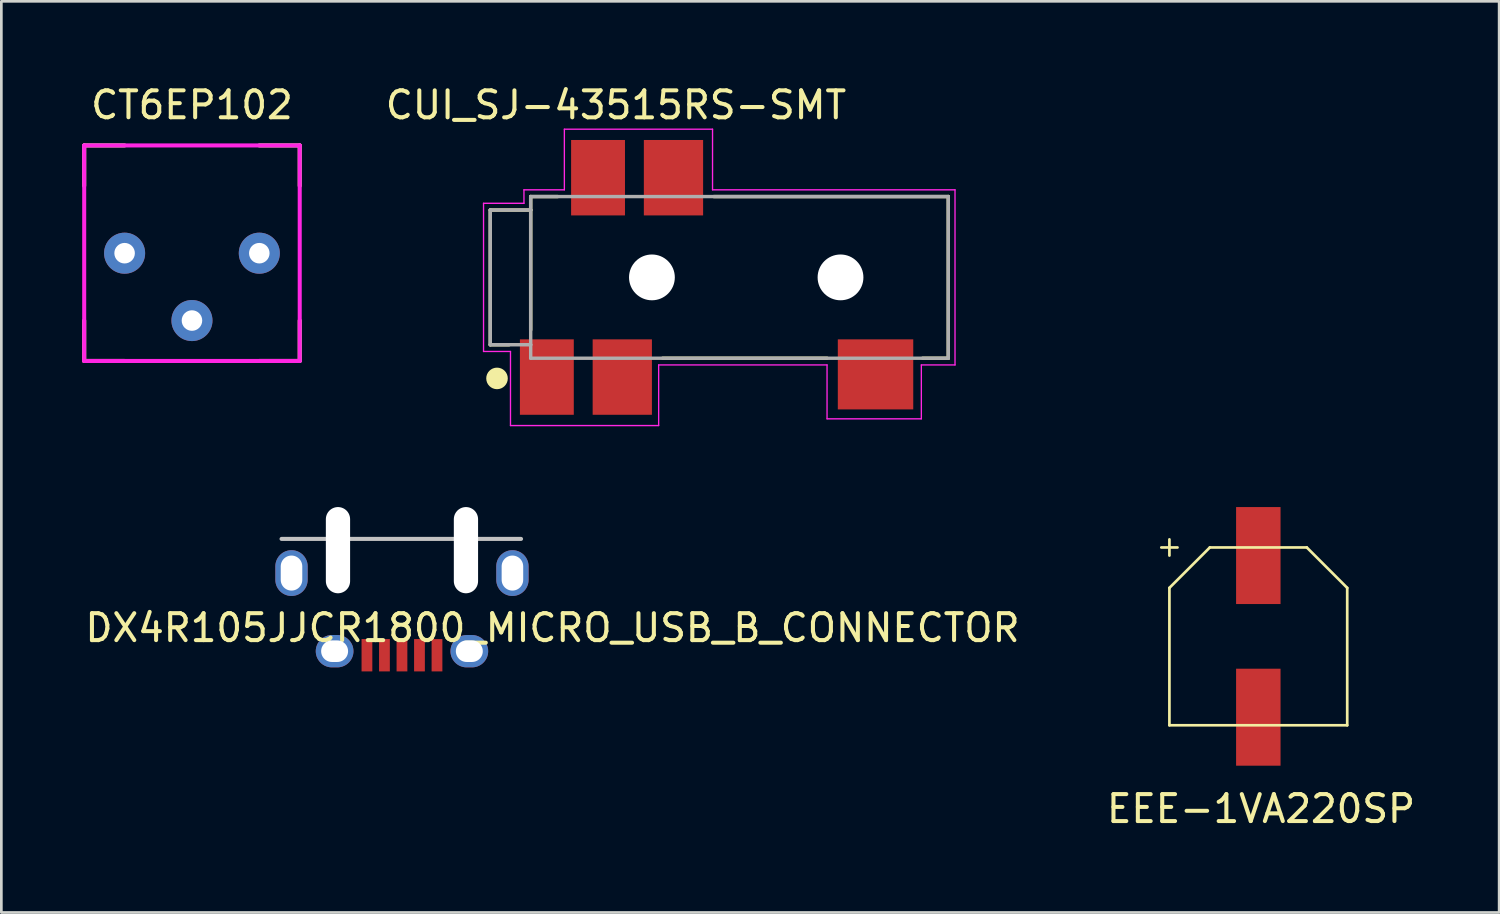
<source format=kicad_pcb>
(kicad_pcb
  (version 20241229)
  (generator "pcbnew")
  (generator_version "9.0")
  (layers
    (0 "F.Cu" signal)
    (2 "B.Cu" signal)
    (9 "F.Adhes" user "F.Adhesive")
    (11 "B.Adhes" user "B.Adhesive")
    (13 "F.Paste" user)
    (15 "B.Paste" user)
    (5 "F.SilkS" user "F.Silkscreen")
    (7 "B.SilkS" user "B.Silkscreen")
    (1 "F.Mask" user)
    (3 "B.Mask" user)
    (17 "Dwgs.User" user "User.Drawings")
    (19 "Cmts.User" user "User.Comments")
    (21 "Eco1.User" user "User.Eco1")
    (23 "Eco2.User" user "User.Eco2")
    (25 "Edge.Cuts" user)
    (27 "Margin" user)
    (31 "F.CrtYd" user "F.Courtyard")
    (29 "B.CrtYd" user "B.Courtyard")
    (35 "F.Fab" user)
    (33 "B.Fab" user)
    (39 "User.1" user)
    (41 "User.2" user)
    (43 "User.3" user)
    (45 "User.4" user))
  (footprint "CT6EP102"
    (layer "F.Cu")
    (at 4.075 6.348)
    (property "Reference" "CT6EP102" (at 0 -5.5 0) (layer "F.SilkS") (effects (font (size 1 1) (thickness 0.15))))
    (attr through_hole)
    (fp_line (start -4 -4) (end -2.5 -4) (stroke (width 0.15) (type solid)) (layer "F.SilkS"))
    (fp_line (start -4 -2.5) (end -4 -4) (stroke (width 0.15) (type solid)) (layer "F.SilkS"))
    (fp_line (start -4 4) (end -4 2.5) (stroke (width 0.15) (type solid)) (layer "F.SilkS"))
    (fp_line (start -2.5 4) (end -4 4) (stroke (width 0.15) (type solid)) (layer "F.SilkS"))
    (fp_line (start 2.5 -4) (end 4 -4) (stroke (width 0.15) (type solid)) (layer "F.SilkS"))
    (fp_line (start 4 -4) (end 4 -2.5) (stroke (width 0.15) (type solid)) (layer "F.SilkS"))
    (fp_line (start 4 2.5) (end 4 4) (stroke (width 0.15) (type solid)) (layer "F.SilkS"))
    (fp_line (start 4 4) (end 2.5 4) (stroke (width 0.15) (type solid)) (layer "F.SilkS"))
    (fp_line (start -4 -4) (end 4 -4) (stroke (width 0.15) (type solid)) (layer "F.CrtYd"))
    (fp_line (start -4 4) (end -4 -4) (stroke (width 0.15) (type solid)) (layer "F.CrtYd"))
    (fp_line (start 4 -4) (end 4 4) (stroke (width 0.15) (type solid)) (layer "F.CrtYd"))
    (fp_line (start 4 4) (end -4 4) (stroke (width 0.15) (type solid)) (layer "F.CrtYd"))
    (pad "1" thru_hole circle (at -2.5 0) (size 1.524 1.524) (drill 0.762) (layers "*.Cu" "*.Mask"))
    (pad "2" thru_hole circle (at 0 2.5) (size 1.524 1.524) (drill 0.762) (layers "*.Cu" "*.Mask"))
    (pad "3" thru_hole circle (at 2.5 0) (size 1.524 1.524) (drill 0.762) (layers "*.Cu" "*.Mask")))
  (footprint "DX4R105JJCR1800‎_MICRO_USB_B_CONNECTOR"
    (layer "F.Cu")
    (at 11.87 21.271)
    (property "Reference" "DX4R105JJCR1800‎_MICRO_USB_B_CONNECTOR" (at 5.588 -1.016 0) (layer "F.SilkS") (effects (font (size 1 1) (thickness 0.15))))
    (attr through_hole)
    (fp_line (start -4.47 -4.318) (end 4.42 -4.318) (stroke (width 0.15) (type solid)) (layer "Dwgs.User"))
    (pad "" np_thru_hole oval (at -2.375 -3.9) (size 0.9 3.2) (drill oval 0.9 3.2) (layers "*.Cu" "*.Mask"))
    (pad "" np_thru_hole oval (at 2.375 -3.9) (size 0.9 3.2) (drill oval 0.9 3.2) (layers "*.Cu" "*.Mask"))
    (pad "1" smd rect (at -1.3 0) (size 0.4 1.2) (layers "F.Cu" "F.Mask" "F.Paste"))
    (pad "2" smd rect (at -0.65 0) (size 0.4 1.2) (layers "F.Cu" "F.Mask" "F.Paste"))
    (pad "3" smd rect (at 0 0) (size 0.4 1.2) (layers "F.Cu" "F.Mask" "F.Paste"))
    (pad "4" smd rect (at 0.65 0) (size 0.4 1.2) (layers "F.Cu" "F.Mask" "F.Paste"))
    (pad "5" smd rect (at 1.3 0) (size 0.4 1.2) (layers "F.Cu" "F.Mask" "F.Paste"))
    (pad "6" thru_hole oval (at -4.1 -3.05) (size 1.2 1.7) (drill oval 0.8 1.3) (layers "*.Cu" "*.Mask"))
    (pad "6" thru_hole oval (at -2.5 -0.15) (size 1.4 1.2) (drill oval 1 0.8) (layers "*.Cu" "*.Mask"))
    (pad "6" thru_hole oval (at 2.5 -0.15) (size 1.4 1.2) (drill oval 1 0.8) (layers "*.Cu" "*.Mask"))
    (pad "6" thru_hole oval (at 4.1 -3.05) (size 1.2 1.7) (drill oval 0.8 1.3) (layers "*.Cu" "*.Mask")))
  (footprint "CUI_SJ-43515RS-SMT"
    (layer "F.Cu")
    (at 24.398 7.246)
    (property "Reference" "CUI_SJ-43515RS-SMT" (at -4.584 -6.397 0) (layer "F.SilkS") (effects (font (size 1.002 1.002) (thickness 0.15))))
    (attr through_hole)
    (fp_line (start -9.25 -2.5) (end -9.25 2.5) (stroke (width 0.127) (type solid)) (layer "F.SilkS"))
    (fp_line (start -9.25 2.5) (end -8.55 2.5) (stroke (width 0.127) (type solid)) (layer "F.SilkS"))
    (fp_line (start -7.75 -3) (end -7.75 -2.5) (stroke (width 0.127) (type solid)) (layer "F.SilkS"))
    (fp_line (start -7.75 -2.5) (end -9.25 -2.5) (stroke (width 0.127) (type solid)) (layer "F.SilkS"))
    (fp_line (start -7.75 -2.5) (end -7.75 1.95) (stroke (width 0.127) (type solid)) (layer "F.SilkS"))
    (fp_line (start -6.75 -3) (end -7.75 -3) (stroke (width 0.127) (type solid)) (layer "F.SilkS"))
    (fp_line (start -2.85 3) (end 3.25 3) (stroke (width 0.127) (type solid)) (layer "F.SilkS"))
    (fp_line (start 6.8 3) (end 7.75 3) (stroke (width 0.127) (type solid)) (layer "F.SilkS"))
    (fp_line (start 7.75 -3) (end -0.95 -3) (stroke (width 0.127) (type solid)) (layer "F.SilkS"))
    (fp_line (start 7.75 -3) (end 7.75 -2.55) (stroke (width 0.127) (type solid)) (layer "F.SilkS"))
    (fp_line (start 7.75 -2.5) (end 7.75 3) (stroke (width 0.127) (type solid)) (layer "F.SilkS"))
    (fp_circle (center -9 3.75) (end -8.8 3.75) (stroke (width 0.4) (type solid)) (fill no) (layer "F.SilkS"))
    (fp_line (start -9.5 -2.75) (end -8 -2.75) (stroke (width 0.05) (type solid)) (layer "F.CrtYd"))
    (fp_line (start -9.5 2.75) (end -9.5 -2.75) (stroke (width 0.05) (type solid)) (layer "F.CrtYd"))
    (fp_line (start -8.5 2.75) (end -9.5 2.75) (stroke (width 0.05) (type solid)) (layer "F.CrtYd"))
    (fp_line (start -8.5 5.5) (end -8.5 2.75) (stroke (width 0.05) (type solid)) (layer "F.CrtYd"))
    (fp_line (start -8 -3.25) (end -6.5 -3.25) (stroke (width 0.05) (type solid)) (layer "F.CrtYd"))
    (fp_line (start -8 -2.75) (end -8 -3.25) (stroke (width 0.05) (type solid)) (layer "F.CrtYd"))
    (fp_line (start -6.5 -5.5) (end -1 -5.5) (stroke (width 0.05) (type solid)) (layer "F.CrtYd"))
    (fp_line (start -6.5 -3.25) (end -6.5 -5.5) (stroke (width 0.05) (type solid)) (layer "F.CrtYd"))
    (fp_line (start -3 3.25) (end -3 5.5) (stroke (width 0.05) (type solid)) (layer "F.CrtYd"))
    (fp_line (start -3 5.5) (end -8.5 5.5) (stroke (width 0.05) (type solid)) (layer "F.CrtYd"))
    (fp_line (start -1 -5.5) (end -1 -3.25) (stroke (width 0.05) (type solid)) (layer "F.CrtYd"))
    (fp_line (start -1 -3.25) (end 8 -3.25) (stroke (width 0.05) (type solid)) (layer "F.CrtYd"))
    (fp_line (start 3.25 3.25) (end -3 3.25) (stroke (width 0.05) (type solid)) (layer "F.CrtYd"))
    (fp_line (start 3.25 5.25) (end 3.25 3.25) (stroke (width 0.05) (type solid)) (layer "F.CrtYd"))
    (fp_line (start 6.75 3.25) (end 6.75 5.25) (stroke (width 0.05) (type solid)) (layer "F.CrtYd"))
    (fp_line (start 6.75 5.25) (end 3.25 5.25) (stroke (width 0.05) (type solid)) (layer "F.CrtYd"))
    (fp_line (start 8 -3.25) (end 8 3.25) (stroke (width 0.05) (type solid)) (layer "F.CrtYd"))
    (fp_line (start 8 3.25) (end 6.75 3.25) (stroke (width 0.05) (type solid)) (layer "F.CrtYd"))
    (fp_line (start -9.25 -2.5) (end -9.25 2.5) (stroke (width 0.127) (type solid)) (layer "F.Fab"))
    (fp_line (start -9.25 2.5) (end -7.75 2.5) (stroke (width 0.127) (type solid)) (layer "F.Fab"))
    (fp_line (start -7.75 -3) (end -7.75 -2.5) (stroke (width 0.127) (type solid)) (layer "F.Fab"))
    (fp_line (start -7.75 -2.5) (end -9.25 -2.5) (stroke (width 0.127) (type solid)) (layer "F.Fab"))
    (fp_line (start -7.75 -2.5) (end -7.75 2.5) (stroke (width 0.127) (type solid)) (layer "F.Fab"))
    (fp_line (start -7.75 2.5) (end -7.75 3) (stroke (width 0.127) (type solid)) (layer "F.Fab"))
    (fp_line (start -7.75 3) (end 7.75 3) (stroke (width 0.127) (type solid)) (layer "F.Fab"))
    (fp_line (start 7.75 -3) (end -7.75 -3) (stroke (width 0.127) (type solid)) (layer "F.Fab"))
    (fp_line (start 7.75 3) (end 7.75 -3) (stroke (width 0.127) (type solid)) (layer "F.Fab"))
    (pad "" np_thru_hole circle (at -3.25 0) (size 1.7 1.7) (drill 1.7) (layers "*.Cu" "*.Mask"))
    (pad "" np_thru_hole circle (at 3.75 0) (size 1.7 1.7) (drill 1.7) (layers "*.Cu" "*.Mask"))
    (pad "1" smd rect (at -7.15 3.7) (size 2 2.8) (layers "F.Cu" "F.Mask" "F.Paste"))
    (pad "2" smd rect (at 5.05 3.6) (size 2.8 2.6) (layers "F.Cu" "F.Mask" "F.Paste"))
    (pad "3" smd rect (at -2.45 -3.7) (size 2.2 2.8) (layers "F.Cu" "F.Mask" "F.Paste"))
    (pad "4" smd rect (at -4.35 3.7) (size 2.2 2.8) (layers "F.Cu" "F.Mask" "F.Paste"))
    (pad "6" smd rect (at -5.25 -3.7) (size 2 2.8) (layers "F.Cu" "F.Mask" "F.Paste")))
  (footprint "EEE-1VA220SP"
    (layer "F.Cu")
    (at 43.656 20.571)
    (property "Reference" "EEE-1VA220SP" (at 0.1 6.4 0) (layer "F.SilkS") (effects (font (size 1 1) (thickness 0.15))))
    (attr through_hole)
    (fp_line (start -3.3 -3.6) (end -3.3 -3) (stroke (width 0.1) (type solid)) (layer "F.SilkS"))
    (fp_line (start -3.3 -1.8) (end -1.8 -3.3) (stroke (width 0.1) (type solid)) (layer "F.SilkS"))
    (fp_line (start -3.3 3.3) (end -3.3 -1.8) (stroke (width 0.1) (type solid)) (layer "F.SilkS"))
    (fp_line (start -3 -3.3) (end -3.6 -3.3) (stroke (width 0.1) (type solid)) (layer "F.SilkS"))
    (fp_line (start -1.8 -3.3) (end 1.8 -3.3) (stroke (width 0.1) (type solid)) (layer "F.SilkS"))
    (fp_line (start 1.8 -3.3) (end 3.3 -1.8) (stroke (width 0.1) (type solid)) (layer "F.SilkS"))
    (fp_line (start 3.3 -1.8) (end 3.3 3.3) (stroke (width 0.1) (type solid)) (layer "F.SilkS"))
    (fp_line (start 3.3 3.3) (end -3.3 3.3) (stroke (width 0.1) (type solid)) (layer "F.SilkS"))
    (pad "1" smd rect (at 0 -3) (size 1.65 3.6) (layers "F.Cu" "F.Mask" "F.Paste"))
    (pad "2" smd rect (at 0 3) (size 1.65 3.6) (layers "F.Cu" "F.Mask" "F.Paste")))
  (gr_rect
    (start -3 -3)
    (end 52.595 30.82)
    (stroke (width 0.1) (type default))
    (fill no)
    (layer "Edge.Cuts")))
</source>
